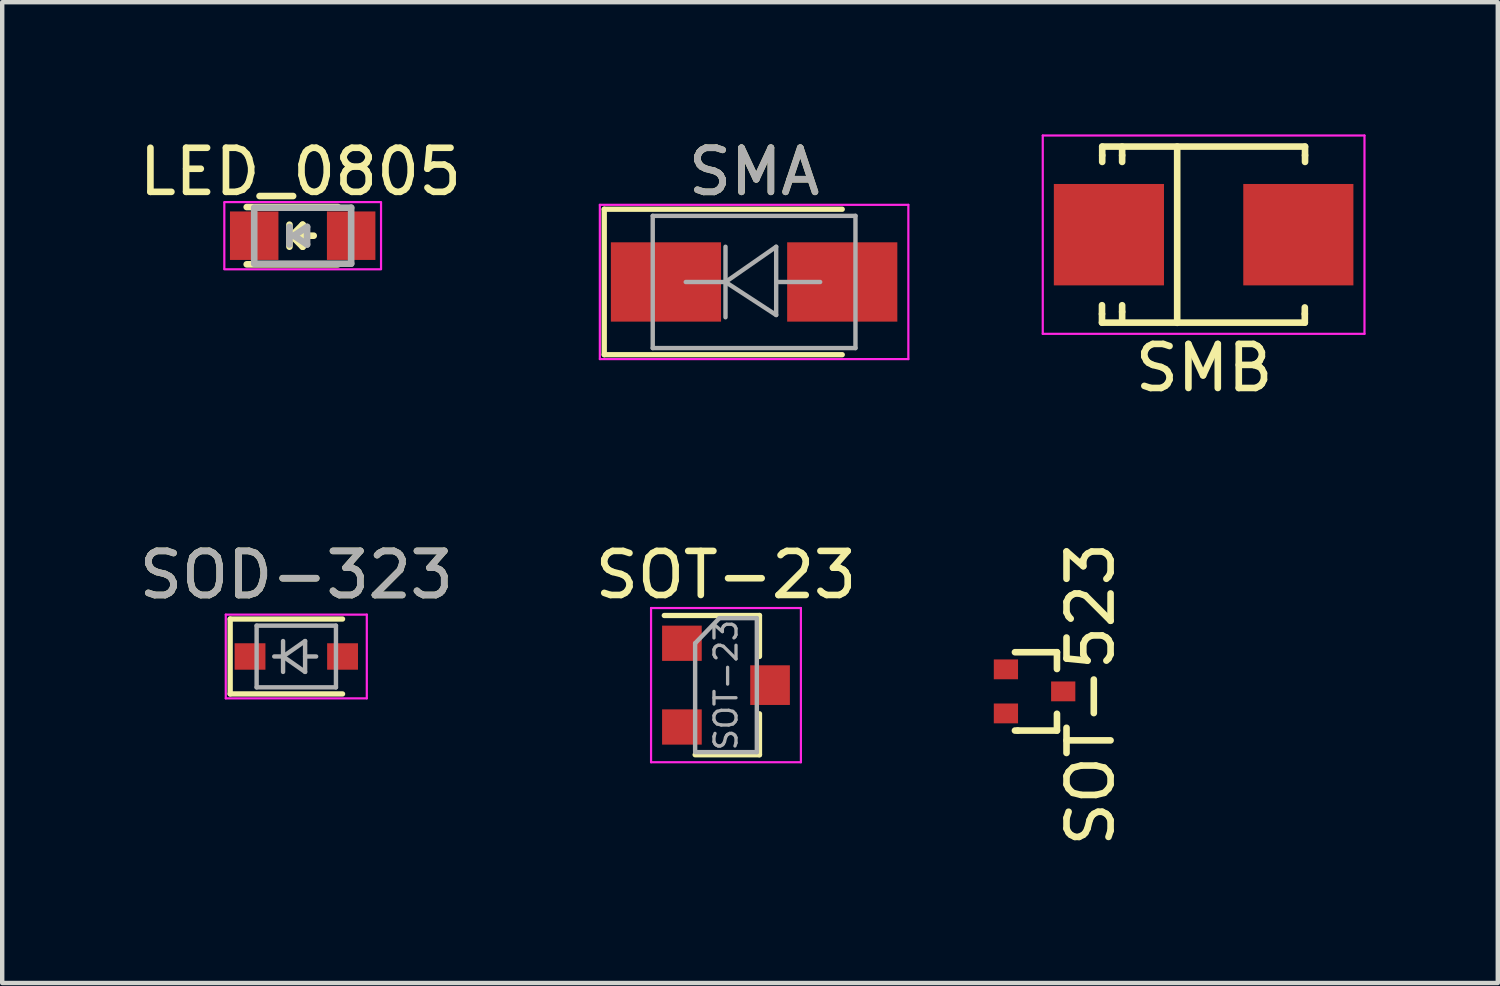
<source format=kicad_pcb>
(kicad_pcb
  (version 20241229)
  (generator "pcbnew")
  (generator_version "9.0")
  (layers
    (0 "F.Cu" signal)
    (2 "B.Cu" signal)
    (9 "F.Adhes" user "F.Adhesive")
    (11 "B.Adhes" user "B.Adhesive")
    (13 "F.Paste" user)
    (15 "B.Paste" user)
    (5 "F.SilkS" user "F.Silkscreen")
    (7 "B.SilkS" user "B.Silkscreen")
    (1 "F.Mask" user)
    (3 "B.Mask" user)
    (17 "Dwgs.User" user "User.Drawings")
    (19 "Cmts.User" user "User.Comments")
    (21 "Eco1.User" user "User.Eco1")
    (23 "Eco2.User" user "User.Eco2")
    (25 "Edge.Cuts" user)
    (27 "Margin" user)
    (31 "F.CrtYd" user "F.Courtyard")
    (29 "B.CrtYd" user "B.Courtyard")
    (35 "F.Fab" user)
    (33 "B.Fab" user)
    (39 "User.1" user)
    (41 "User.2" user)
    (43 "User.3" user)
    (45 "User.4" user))
  (footprint "SMB"
    (layer "F.Cu")
    (at 24.261 2.275)
    (property "Reference" "SMB" (at 0.012 3.024 0) (layer "F.SilkS") (effects (font (size 1 1) (thickness 0.15))))
    (attr smd)
    (fp_line (start -2.306 1.8) (end -2.306 1.6) (stroke (width 0.15) (type solid)) (layer "F.SilkS"))
    (fp_line (start -2.306 1.996) (end -2.306 1.798) (stroke (width 0.15) (type solid)) (layer "F.SilkS"))
    (fp_line (start -2.306 1.996) (end 2.296 1.996) (stroke (width 0.15) (type solid)) (layer "F.SilkS"))
    (fp_line (start -2.301 -1.999) (end -2.301 -1.801) (stroke (width 0.15) (type solid)) (layer "F.SilkS"))
    (fp_line (start -2.301 -1.999) (end 2.301 -1.999) (stroke (width 0.15) (type solid)) (layer "F.SilkS"))
    (fp_line (start -2.301 -1.8) (end -2.301 -1.651) (stroke (width 0.15) (type solid)) (layer "F.SilkS"))
    (fp_line (start -1.849 -1.999) (end -1.849 -1.801) (stroke (width 0.15) (type solid)) (layer "F.SilkS"))
    (fp_line (start -1.849 -1.8) (end -1.849 -1.651) (stroke (width 0.15) (type solid)) (layer "F.SilkS"))
    (fp_line (start -1.849 1.75) (end -1.849 1.601) (stroke (width 0.15) (type solid)) (layer "F.SilkS"))
    (fp_line (start -1.849 1.949) (end -1.849 1.751) (stroke (width 0.15) (type solid)) (layer "F.SilkS"))
    (fp_line (start -0.6 -2) (end -0.6 2) (stroke (width 0.15) (type solid)) (layer "F.SilkS"))
    (fp_line (start 2.296 1.8) (end 2.296 1.651) (stroke (width 0.15) (type solid)) (layer "F.SilkS"))
    (fp_line (start 2.296 1.996) (end 2.296 1.798) (stroke (width 0.15) (type solid)) (layer "F.SilkS"))
    (fp_line (start 2.301 -1.999) (end 2.301 -1.801) (stroke (width 0.15) (type solid)) (layer "F.SilkS"))
    (fp_line (start 2.301 -1.8) (end 2.301 -1.651) (stroke (width 0.15) (type solid)) (layer "F.SilkS"))
    (fp_line (start -3.65 -2.25) (end 3.65 -2.25) (stroke (width 0.05) (type solid)) (layer "F.CrtYd"))
    (fp_line (start -3.65 2.25) (end -3.65 -2.25) (stroke (width 0.05) (type solid)) (layer "F.CrtYd"))
    (fp_line (start 3.65 -2.25) (end 3.65 2.25) (stroke (width 0.05) (type solid)) (layer "F.CrtYd"))
    (fp_line (start 3.65 2.25) (end -3.65 2.25) (stroke (width 0.05) (type solid)) (layer "F.CrtYd"))
    (pad "1" smd rect (at -2.149 0) (size 2.499 2.301) (layers "F.Cu" "F.Mask" "F.Paste"))
    (pad "2" smd rect (at 2.149 0) (size 2.499 2.301) (layers "F.Cu" "F.Mask" "F.Paste")))
  (footprint "LED_0805"
    (layer "F.Cu")
    (at 3.818 2.298)
    (property "Reference" "LED_0805" (at -0.05 -1.45 0) (layer "F.SilkS") (effects (font (size 1 1) (thickness 0.15))))
    (attr smd)
    (fp_line (start -1.27 -0.65) (end 0.8 -0.65) (stroke (width 0.15) (type solid)) (layer "F.SilkS"))
    (fp_line (start -1.27 0.65) (end 0.8 0.65) (stroke (width 0.15) (type solid)) (layer "F.SilkS"))
    (fp_line (start -0.3 -0.25) (end -0.3 0.25) (stroke (width 0.15) (type solid)) (layer "F.SilkS"))
    (fp_line (start -0.25 0) (end 0 -0.25) (stroke (width 0.15) (type solid)) (layer "F.SilkS"))
    (fp_line (start -0.2 0) (end 0.25 0) (stroke (width 0.15) (type solid)) (layer "F.SilkS"))
    (fp_line (start 0 -0.25) (end 0 0.25) (stroke (width 0.15) (type solid)) (layer "F.SilkS"))
    (fp_line (start 0 0.25) (end -0.25 0) (stroke (width 0.15) (type solid)) (layer "F.SilkS"))
    (fp_line (start -1.778 -0.762) (end 1.778 -0.762) (stroke (width 0.05) (type solid)) (layer "F.CrtYd"))
    (fp_line (start -1.778 0.75) (end -1.778 -0.75) (stroke (width 0.05) (type solid)) (layer "F.CrtYd"))
    (fp_line (start 1.778 -0.75) (end 1.778 0.75) (stroke (width 0.05) (type solid)) (layer "F.CrtYd"))
    (fp_line (start 1.778 0.762) (end -1.778 0.762) (stroke (width 0.05) (type solid)) (layer "F.CrtYd"))
    (fp_line (start -1.1 -0.635) (end 1.1 -0.635) (stroke (width 0.15) (type solid)) (layer "F.Fab"))
    (fp_line (start -1.1 0.625) (end -1.1 -0.625) (stroke (width 0.15) (type solid)) (layer "F.Fab"))
    (fp_line (start -0.3 -0.2) (end -0.3 0.2) (stroke (width 0.15) (type solid)) (layer "F.Fab"))
    (fp_line (start -0.2 0) (end 0.1 -0.2) (stroke (width 0.15) (type solid)) (layer "F.Fab"))
    (fp_line (start 0.1 -0.2) (end 0.1 0.2) (stroke (width 0.15) (type solid)) (layer "F.Fab"))
    (fp_line (start 0.1 0.2) (end -0.2 0) (stroke (width 0.15) (type solid)) (layer "F.Fab"))
    (fp_line (start 1.1 -0.635) (end 1.1 0.635) (stroke (width 0.15) (type solid)) (layer "F.Fab"))
    (fp_line (start 1.1 0.635) (end -1.1 0.635) (stroke (width 0.15) (type solid)) (layer "F.Fab"))
    (pad "1" smd rect (at -1.1 0 180) (size 1.1 1.1) (layers "F.Cu" "F.Mask" "F.Paste"))
    (pad "2" smd rect (at 1.1 0 180) (size 1.1 1.1) (layers "F.Cu" "F.Mask" "F.Paste")))
  (footprint "SMA"
    (layer "F.Cu")
    (at 14.061 3.348)
    (property "Reference" "SMA" (at 0 -2.5 0) (layer "F.SilkS") (effects (font (size 1 1) (thickness 0.15))))
    (attr smd)
    (fp_line (start -3.4 -1.65) (end -3.4 1.65) (stroke (width 0.12) (type solid)) (layer "F.SilkS"))
    (fp_line (start -3.4 -1.65) (end 2 -1.65) (stroke (width 0.12) (type solid)) (layer "F.SilkS"))
    (fp_line (start -3.4 1.65) (end 2 1.65) (stroke (width 0.12) (type solid)) (layer "F.SilkS"))
    (fp_line (start -3.5 -1.75) (end 3.5 -1.75) (stroke (width 0.05) (type solid)) (layer "F.CrtYd"))
    (fp_line (start -3.5 1.75) (end -3.5 -1.75) (stroke (width 0.05) (type solid)) (layer "F.CrtYd"))
    (fp_line (start 3.5 -1.75) (end 3.5 1.75) (stroke (width 0.05) (type solid)) (layer "F.CrtYd"))
    (fp_line (start 3.5 1.75) (end -3.5 1.75) (stroke (width 0.05) (type solid)) (layer "F.CrtYd"))
    (fp_line (start -2.3 1.5) (end -2.3 -1.5) (stroke (width 0.1) (type solid)) (layer "F.Fab"))
    (fp_line (start -0.649 -0.799) (end -0.649 0.801) (stroke (width 0.1) (type solid)) (layer "F.Fab"))
    (fp_line (start -0.649 0.001) (end -1.551 0.001) (stroke (width 0.1) (type solid)) (layer "F.Fab"))
    (fp_line (start -0.649 0.001) (end 0.501 -0.799) (stroke (width 0.1) (type solid)) (layer "F.Fab"))
    (fp_line (start -0.649 0.001) (end 0.501 0.75) (stroke (width 0.1) (type solid)) (layer "F.Fab"))
    (fp_line (start 0.501 0.001) (end 1.499 0.001) (stroke (width 0.1) (type solid)) (layer "F.Fab"))
    (fp_line (start 0.501 0.75) (end 0.501 -0.799) (stroke (width 0.1) (type solid)) (layer "F.Fab"))
    (fp_line (start 2.3 -1.5) (end -2.3 -1.5) (stroke (width 0.1) (type solid)) (layer "F.Fab"))
    (fp_line (start 2.3 -1.5) (end 2.3 1.5) (stroke (width 0.1) (type solid)) (layer "F.Fab"))
    (fp_line (start 2.3 1.5) (end -2.3 1.5) (stroke (width 0.1) (type solid)) (layer "F.Fab"))
    (fp_text user "${REFERENCE}" (at 0 -2.5 0) (layer "F.Fab") (effects (font (size 1 1) (thickness 0.15))))
    (pad "1" smd rect (at -2 0) (size 2.5 1.8) (layers "F.Cu" "F.Mask" "F.Paste"))
    (pad "2" smd rect (at 2 0) (size 2.5 1.8) (layers "F.Cu" "F.Mask" "F.Paste")))
  (footprint "SOT-523"
    (layer "F.Cu")
    (at 20.425 12.638)
    (property "Reference" "SOT-523" (at 1.27 0.064 270) (layer "F.SilkS") (effects (font (size 1 1) (thickness 0.15))))
    (attr smd)
    (fp_line (start -0.445 -0.889) (end 0.508 -0.889) (stroke (width 0.15) (type solid)) (layer "F.SilkS"))
    (fp_line (start -0.381 0.889) (end -0.445 0.889) (stroke (width 0.15) (type solid)) (layer "F.SilkS"))
    (fp_line (start -0.381 0.889) (end 0.508 0.889) (stroke (width 0.15) (type solid)) (layer "F.SilkS"))
    (fp_line (start 0.508 -0.889) (end 0.508 -0.508) (stroke (width 0.15) (type solid)) (layer "F.SilkS"))
    (fp_line (start 0.508 0.889) (end 0.508 0.508) (stroke (width 0.15) (type solid)) (layer "F.SilkS"))
    (pad "1" smd rect (at -0.65 -0.5) (size 0.55 0.45) (layers "F.Cu" "F.Mask" "F.Paste"))
    (pad "2" smd rect (at -0.65 0.5) (size 0.55 0.45) (layers "F.Cu" "F.Mask" "F.Paste"))
    (pad "3" smd rect (at 0.65 0) (size 0.55 0.45) (layers "F.Cu" "F.Mask" "F.Paste")))
  (footprint "SOD-323"
    (layer "F.Cu")
    (at 3.673 11.846)
    (property "Reference" "SOD-323" (at 0 -1.85 0) (layer "F.SilkS") (effects (font (size 1 1) (thickness 0.15))))
    (attr smd)
    (fp_line (start -1.5 -0.85) (end -1.5 0.85) (stroke (width 0.12) (type solid)) (layer "F.SilkS"))
    (fp_line (start -1.5 -0.85) (end 1.05 -0.85) (stroke (width 0.12) (type solid)) (layer "F.SilkS"))
    (fp_line (start -1.5 0.85) (end 1.05 0.85) (stroke (width 0.12) (type solid)) (layer "F.SilkS"))
    (fp_line (start -1.6 -0.95) (end -1.6 0.95) (stroke (width 0.05) (type solid)) (layer "F.CrtYd"))
    (fp_line (start -1.6 -0.95) (end 1.6 -0.95) (stroke (width 0.05) (type solid)) (layer "F.CrtYd"))
    (fp_line (start -1.6 0.95) (end 1.6 0.95) (stroke (width 0.05) (type solid)) (layer "F.CrtYd"))
    (fp_line (start 1.6 -0.95) (end 1.6 0.95) (stroke (width 0.05) (type solid)) (layer "F.CrtYd"))
    (fp_line (start -0.9 -0.7) (end 0.9 -0.7) (stroke (width 0.1) (type solid)) (layer "F.Fab"))
    (fp_line (start -0.9 0.7) (end -0.9 -0.7) (stroke (width 0.1) (type solid)) (layer "F.Fab"))
    (fp_line (start -0.3 -0.35) (end -0.3 0.35) (stroke (width 0.1) (type solid)) (layer "F.Fab"))
    (fp_line (start -0.3 0) (end -0.5 0) (stroke (width 0.1) (type solid)) (layer "F.Fab"))
    (fp_line (start -0.3 0) (end 0.2 -0.35) (stroke (width 0.1) (type solid)) (layer "F.Fab"))
    (fp_line (start 0.2 -0.35) (end 0.2 0.35) (stroke (width 0.1) (type solid)) (layer "F.Fab"))
    (fp_line (start 0.2 0) (end 0.45 0) (stroke (width 0.1) (type solid)) (layer "F.Fab"))
    (fp_line (start 0.2 0.35) (end -0.3 0) (stroke (width 0.1) (type solid)) (layer "F.Fab"))
    (fp_line (start 0.9 -0.7) (end 0.9 0.7) (stroke (width 0.1) (type solid)) (layer "F.Fab"))
    (fp_line (start 0.9 0.7) (end -0.9 0.7) (stroke (width 0.1) (type solid)) (layer "F.Fab"))
    (fp_text user "${REFERENCE}" (at 0 -1.85 0) (layer "F.Fab") (effects (font (size 1 1) (thickness 0.15))))
    (pad "1" smd rect (at -1.05 0) (size 0.7 0.6) (layers "F.Cu" "F.Mask" "F.Paste"))
    (pad "2" smd rect (at 1.05 0) (size 0.7 0.6) (layers "F.Cu" "F.Mask" "F.Paste")))
  (footprint "SOT-23"
    (layer "F.Cu")
    (at 13.423 12.496)
    (property "Reference" "SOT-23" (at 0 -2.5 0) (layer "F.SilkS") (effects (font (size 1 1) (thickness 0.15))))
    (attr smd)
    (fp_line (start 0.76 -1.58) (end -1.4 -1.58) (stroke (width 0.12) (type solid)) (layer "F.SilkS"))
    (fp_line (start 0.76 -1.58) (end 0.76 -0.65) (stroke (width 0.12) (type solid)) (layer "F.SilkS"))
    (fp_line (start 0.76 1.58) (end -0.7 1.58) (stroke (width 0.12) (type solid)) (layer "F.SilkS"))
    (fp_line (start 0.76 1.58) (end 0.76 0.65) (stroke (width 0.12) (type solid)) (layer "F.SilkS"))
    (fp_line (start -1.7 -1.75) (end 1.7 -1.75) (stroke (width 0.05) (type solid)) (layer "F.CrtYd"))
    (fp_line (start -1.7 1.75) (end -1.7 -1.75) (stroke (width 0.05) (type solid)) (layer "F.CrtYd"))
    (fp_line (start 1.7 -1.75) (end 1.7 1.75) (stroke (width 0.05) (type solid)) (layer "F.CrtYd"))
    (fp_line (start 1.7 1.75) (end -1.7 1.75) (stroke (width 0.05) (type solid)) (layer "F.CrtYd"))
    (fp_line (start -0.7 -0.95) (end -0.7 1.5) (stroke (width 0.1) (type solid)) (layer "F.Fab"))
    (fp_line (start -0.7 -0.95) (end -0.15 -1.52) (stroke (width 0.1) (type solid)) (layer "F.Fab"))
    (fp_line (start -0.7 1.52) (end 0.7 1.52) (stroke (width 0.1) (type solid)) (layer "F.Fab"))
    (fp_line (start -0.15 -1.52) (end 0.7 -1.52) (stroke (width 0.1) (type solid)) (layer "F.Fab"))
    (fp_line (start 0.7 -1.52) (end 0.7 1.52) (stroke (width 0.1) (type solid)) (layer "F.Fab"))
    (fp_text user "${REFERENCE}" (at 0 0 90) (layer "F.Fab") (effects (font (size 0.5 0.5) (thickness 0.075))))
    (pad "1" smd rect (at -1 -0.95) (size 0.9 0.8) (layers "F.Cu" "F.Mask" "F.Paste"))
    (pad "2" smd rect (at -1 0.95) (size 0.9 0.8) (layers "F.Cu" "F.Mask" "F.Paste"))
    (pad "3" smd rect (at 1 0) (size 0.9 0.9) (layers "F.Cu" "F.Mask" "F.Paste")))
  (gr_rect
    (start -3 -3)
    (end 30.936 19.255)
    (stroke (width 0.1) (type default))
    (fill no)
    (layer "Edge.Cuts")))
</source>
